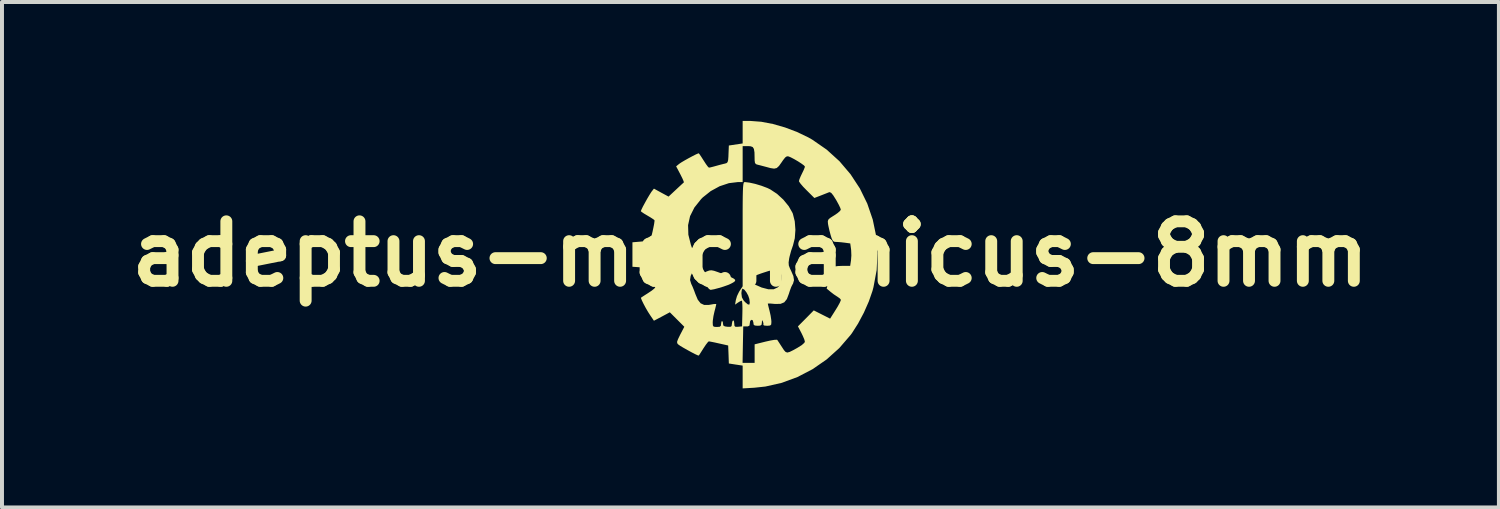
<source format=kicad_pcb>
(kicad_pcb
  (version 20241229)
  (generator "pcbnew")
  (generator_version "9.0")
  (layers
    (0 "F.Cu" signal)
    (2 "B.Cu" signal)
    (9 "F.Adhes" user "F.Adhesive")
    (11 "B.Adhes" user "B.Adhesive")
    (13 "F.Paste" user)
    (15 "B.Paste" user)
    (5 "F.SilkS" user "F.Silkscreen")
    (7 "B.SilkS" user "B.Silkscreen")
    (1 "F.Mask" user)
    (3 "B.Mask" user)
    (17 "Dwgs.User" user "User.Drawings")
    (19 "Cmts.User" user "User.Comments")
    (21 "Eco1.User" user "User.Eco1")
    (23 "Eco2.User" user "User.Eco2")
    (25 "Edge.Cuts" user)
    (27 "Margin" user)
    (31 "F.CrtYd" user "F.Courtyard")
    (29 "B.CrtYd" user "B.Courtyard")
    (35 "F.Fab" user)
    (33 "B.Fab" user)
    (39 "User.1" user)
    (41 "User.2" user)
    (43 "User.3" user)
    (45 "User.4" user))
  (footprint "adeptus-mechanicus-8mm"
    (layer "F.Cu")
    (at 15.871 3.352)
    (property "Reference" "adeptus-mechanicus-8mm" (at 0 0 0) (layer "F.SilkS") (effects (font (size 1.5 1.5) (thickness 0.3))))
    (attr board_only exclude_from_pos_files exclude_from_bom)
    (fp_poly (pts (xy -0.916 0.426) (xy -0.819 0.459) (xy -0.782 0.473) (xy -0.608 0.538) (xy -0.487 0.588) (xy -0.413 0.627) (xy -0.383 0.659) (xy -0.391 0.688) (xy -0.433 0.72) (xy -0.493 0.752) (xy -0.574 0.787) (xy -0.685 0.826) (xy -0.806 0.862) (xy -0.915 0.891) (xy -0.994 0.905) (xy -1.007 0.906) (xy -1.043 0.884) (xy -1.093 0.828) (xy -1.103 0.814) (xy -1.152 0.72) (xy -1.183 0.612) (xy -1.185 0.603) (xy -1.191 0.524) (xy -1.173 0.481) (xy -1.118 0.449) (xy -1.095 0.439) (xy -1.036 0.418) (xy -0.982 0.413)) (stroke (width 0) (type solid)) (fill yes) (layer "F.SilkS"))
    (fp_poly (pts (xy 0.008 -3.352) (xy 0.273 -3.332) (xy 0.568 -3.276) (xy 0.874 -3.188) (xy 1.175 -3.074) (xy 1.457 -2.939) (xy 1.559 -2.881) (xy 1.923 -2.629) (xy 2.245 -2.337) (xy 2.524 -2.009) (xy 2.759 -1.651) (xy 2.946 -1.269) (xy 3.084 -0.866) (xy 3.171 -0.449) (xy 3.204 -0.023) (xy 3.183 0.407) (xy 3.103 0.836) (xy 3.078 0.932) (xy 2.985 1.199) (xy 2.86 1.482) (xy 2.714 1.756) (xy 2.559 1.999) (xy 2.524 2.046) (xy 2.241 2.374) (xy 1.92 2.662) (xy 1.566 2.907) (xy 1.187 3.104) (xy 0.789 3.251) (xy 0.378 3.344) (xy 0.098 3.374) (xy -0.196 3.391) (xy -0.196 3.104) (xy -0.196 2.816) (xy -0.37 2.79) (xy -0.544 2.763) (xy -0.552 2.536) (xy -0.561 2.309) (xy -0.794 2.257) (xy -0.906 2.232) (xy -0.996 2.214) (xy -1.046 2.205) (xy -1.05 2.205) (xy -1.076 2.228) (xy -1.124 2.29) (xy -1.182 2.377) (xy -1.183 2.378) (xy -1.239 2.467) (xy -1.282 2.534) (xy -1.302 2.563) (xy -1.302 2.563) (xy -1.331 2.556) (xy -1.398 2.525) (xy -1.489 2.478) (xy -1.591 2.422) (xy -1.69 2.366) (xy -1.772 2.317) (xy -1.822 2.281) (xy -1.827 2.277) (xy -1.847 2.248) (xy -1.848 2.21) (xy -1.825 2.148) (xy -1.777 2.049) (xy -1.77 2.035) (xy -1.667 1.837) (xy -1.849 1.655) (xy -2.032 1.472) (xy -2.232 1.579) (xy -2.433 1.685) (xy -2.523 1.553) (xy -2.58 1.465) (xy -2.639 1.364) (xy -2.693 1.263) (xy -2.735 1.177) (xy -2.758 1.12) (xy -2.759 1.104) (xy -2.73 1.084) (xy -2.664 1.041) (xy -2.576 0.985) (xy -2.575 0.984) (xy -2.487 0.925) (xy -2.425 0.875) (xy -2.401 0.844) (xy -2.401 0.844) (xy -2.409 0.799) (xy -2.429 0.718) (xy -2.456 0.616) (xy -2.486 0.514) (xy -2.512 0.428) (xy -2.531 0.376) (xy -2.535 0.369) (xy -2.571 0.36) (xy -2.649 0.349) (xy -2.756 0.34) (xy -2.762 0.339) (xy -2.975 0.324) (xy -2.975 0.015) (xy -2.975 -0.293) (xy -2.76 -0.311) (xy -2.652 -0.322) (xy -2.57 -0.334) (xy -2.531 -0.344) (xy -2.53 -0.344) (xy -2.514 -0.382) (xy -2.492 -0.46) (xy -2.468 -0.561) (xy -2.445 -0.669) (xy -2.434 -0.725) (xy -1.572 -0.725) (xy -1.565 -0.484) (xy -1.5 -0.225) (xy -1.482 -0.174) (xy -1.42 0.006) (xy -1.389 0.148) (xy -1.387 0.263) (xy -1.414 0.364) (xy -1.447 0.43) (xy -1.507 0.556) (xy -1.522 0.659) (xy -1.493 0.754) (xy -1.488 0.765) (xy -1.458 0.829) (xy -1.419 0.926) (xy -1.389 1.009) (xy -1.328 1.154) (xy -1.256 1.245) (xy -1.166 1.287) (xy -1.048 1.286) (xy -1.012 1.28) (xy -0.927 1.265) (xy -0.872 1.262) (xy -0.861 1.266) (xy -0.869 1.303) (xy -0.887 1.379) (xy -0.906 1.45) (xy -0.932 1.566) (xy -0.948 1.679) (xy -0.951 1.729) (xy -0.947 1.803) (xy -0.925 1.835) (xy -0.867 1.842) (xy -0.846 1.842) (xy -0.774 1.837) (xy -0.745 1.811) (xy -0.74 1.767) (xy -0.731 1.71) (xy -0.715 1.691) (xy -0.696 1.717) (xy -0.692 1.759) (xy -0.684 1.805) (xy -0.645 1.828) (xy -0.581 1.837) (xy -0.507 1.839) (xy -0.475 1.821) (xy -0.468 1.774) (xy -0.468 1.77) (xy -0.457 1.706) (xy -0.438 1.676) (xy -0.417 1.688) (xy -0.408 1.747) (xy -0.408 1.752) (xy -0.402 1.816) (xy -0.374 1.839) (xy -0.31 1.837) (xy -0.211 1.827) (xy -0.203 1.503) (xy -0.201 1.371) (xy -0.204 1.265) (xy -0.211 1.197) (xy -0.219 1.178) (xy -0.259 1.194) (xy -0.315 1.228) (xy -0.387 1.279) (xy -0.368 1.164) (xy -0.339 1.064) (xy -0.308 0.999) (xy -0.227 0.999) (xy -0.215 1.095) (xy -0.172 1.173) (xy -0.131 1.218) (xy -0.065 1.273) (xy -0.027 1.278) (xy -0.016 1.229) (xy -0.028 1.134) (xy -0.056 1.05) (xy -0.102 0.967) (xy -0.153 0.902) (xy -0.198 0.876) (xy -0.199 0.876) (xy -0.216 0.903) (xy -0.226 0.97) (xy -0.227 0.999) (xy -0.308 0.999) (xy -0.288 0.958) (xy -0.273 0.933) (xy -0.196 0.817) (xy -0.196 0.641) (xy -0.036 0.641) (xy -0.032 0.68) (xy 0.019 0.724) (xy 0.083 0.759) (xy 0.284 0.848) (xy 0.453 0.892) (xy 0.588 0.891) (xy 0.687 0.845) (xy 0.715 0.815) (xy 0.76 0.73) (xy 0.789 0.632) (xy 0.789 0.63) (xy 0.793 0.545) (xy 0.763 0.484) (xy 0.736 0.455) (xy 0.689 0.42) (xy 0.635 0.403) (xy 0.562 0.407) (xy 0.461 0.43) (xy 0.318 0.476) (xy 0.259 0.496) (xy 0.106 0.553) (xy 0.009 0.6) (xy -0.036 0.641) (xy -0.196 0.641) (xy -0.196 -0.498) (xy -0.196 -0.814) (xy -0.196 -1.076) (xy -0.195 -1.287) (xy -0.193 -1.454) (xy -0.19 -1.581) (xy -0.186 -1.674) (xy -0.18 -1.739) (xy -0.173 -1.779) (xy -0.164 -1.801) (xy -0.152 -1.81) (xy -0.143 -1.812) (xy -0.026 -1.798) (xy 0.123 -1.765) (xy 0.282 -1.717) (xy 0.427 -1.662) (xy 0.5 -1.627) (xy 0.671 -1.514) (xy 0.831 -1.367) (xy 0.965 -1.203) (xy 1.059 -1.038) (xy 1.07 -1.012) (xy 1.118 -0.821) (xy 1.134 -0.607) (xy 1.119 -0.396) (xy 1.072 -0.21) (xy 1.07 -0.206) (xy 1.026 -0.078) (xy 0.989 0.06) (xy 0.977 0.115) (xy 0.963 0.216) (xy 0.968 0.291) (xy 0.998 0.371) (xy 1.025 0.425) (xy 1.083 0.559) (xy 1.099 0.663) (xy 1.074 0.75) (xy 1.061 0.771) (xy 1.03 0.832) (xy 0.994 0.928) (xy 0.97 1.004) (xy 0.919 1.139) (xy 0.853 1.221) (xy 0.76 1.259) (xy 0.628 1.262) (xy 0.603 1.26) (xy 0.513 1.252) (xy 0.453 1.251) (xy 0.438 1.254) (xy 0.445 1.287) (xy 0.463 1.361) (xy 0.483 1.439) (xy 0.509 1.554) (xy 0.525 1.661) (xy 0.529 1.713) (xy 0.524 1.779) (xy 0.496 1.806) (xy 0.429 1.812) (xy 0.421 1.812) (xy 0.354 1.807) (xy 0.326 1.793) (xy 0.327 1.789) (xy 0.327 1.746) (xy 0.315 1.706) (xy 0.298 1.671) (xy 0.291 1.689) (xy 0.289 1.729) (xy 0.281 1.785) (xy 0.247 1.808) (xy 0.181 1.812) (xy 0.11 1.806) (xy 0.08 1.781) (xy 0.076 1.737) (xy 0.06 1.676) (xy 0.03 1.661) (xy -0.006 1.688) (xy -0.015 1.745) (xy -0.024 1.807) (xy -0.064 1.827) (xy -0.098 1.828) (xy -0.181 1.827) (xy -0.19 2.288) (xy -0.198 2.748) (xy -0.046 2.748) (xy 0.106 2.748) (xy 0.106 2.514) (xy 0.106 2.28) (xy 0.383 2.211) (xy 0.504 2.184) (xy 0.602 2.167) (xy 0.664 2.164) (xy 0.677 2.168) (xy 0.702 2.206) (xy 0.749 2.278) (xy 0.797 2.352) (xy 0.847 2.428) (xy 0.887 2.472) (xy 0.93 2.487) (xy 0.99 2.471) (xy 1.079 2.427) (xy 1.185 2.368) (xy 1.295 2.299) (xy 1.359 2.242) (xy 1.373 2.211) (xy 1.359 2.158) (xy 1.323 2.072) (xy 1.285 1.993) (xy 1.198 1.827) (xy 1.398 1.626) (xy 1.597 1.424) (xy 1.803 1.528) (xy 2.009 1.632) (xy 2.11 1.473) (xy 2.197 1.333) (xy 2.251 1.235) (xy 2.277 1.175) (xy 2.28 1.156) (xy 2.257 1.125) (xy 2.199 1.083) (xy 2.191 1.078) (xy 2.103 1.02) (xy 2.015 0.952) (xy 2.012 0.949) (xy 1.922 0.874) (xy 1.992 0.621) (xy 2.026 0.503) (xy 2.056 0.406) (xy 2.077 0.345) (xy 2.082 0.335) (xy 2.122 0.318) (xy 2.206 0.306) (xy 2.309 0.302) (xy 2.515 0.302) (xy 2.536 0.163) (xy 2.545 0.04) (xy 2.54 -0.09) (xy 2.537 -0.12) (xy 2.517 -0.264) (xy 2.379 -0.283) (xy 2.274 -0.295) (xy 2.18 -0.302) (xy 2.157 -0.302) (xy 2.109 -0.308) (xy 2.076 -0.333) (xy 2.048 -0.393) (xy 2.022 -0.476) (xy 1.991 -0.592) (xy 1.966 -0.704) (xy 1.956 -0.759) (xy 1.951 -0.819) (xy 1.963 -0.862) (xy 2.003 -0.902) (xy 2.082 -0.953) (xy 2.11 -0.97) (xy 2.197 -1.029) (xy 2.258 -1.082) (xy 2.279 -1.116) (xy 2.265 -1.161) (xy 2.226 -1.242) (xy 2.171 -1.343) (xy 2.157 -1.367) (xy 2.089 -1.475) (xy 2.04 -1.536) (xy 2.002 -1.557) (xy 1.983 -1.555) (xy 1.928 -1.533) (xy 1.839 -1.498) (xy 1.773 -1.472) (xy 1.612 -1.41) (xy 1.418 -1.603) (xy 1.331 -1.692) (xy 1.265 -1.769) (xy 1.228 -1.822) (xy 1.223 -1.835) (xy 1.236 -1.883) (xy 1.269 -1.962) (xy 1.299 -2.024) (xy 1.341 -2.111) (xy 1.368 -2.178) (xy 1.374 -2.202) (xy 1.35 -2.231) (xy 1.287 -2.277) (xy 1.201 -2.333) (xy 1.107 -2.388) (xy 1.019 -2.434) (xy 0.959 -2.459) (xy 0.919 -2.46) (xy 0.876 -2.431) (xy 0.821 -2.361) (xy 0.787 -2.311) (xy 0.72 -2.217) (xy 0.663 -2.165) (xy 0.597 -2.15) (xy 0.505 -2.164) (xy 0.421 -2.187) (xy 0.315 -2.215) (xy 0.22 -2.24) (xy 0.189 -2.247) (xy 0.14 -2.263) (xy 0.115 -2.294) (xy 0.106 -2.356) (xy 0.105 -2.424) (xy 0.102 -2.56) (xy 0.088 -2.646) (xy 0.058 -2.694) (xy 0.005 -2.714) (xy -0.064 -2.718) (xy -0.196 -2.718) (xy -0.196 -2.265) (xy -0.196 -1.812) (xy -0.311 -1.812) (xy -0.542 -1.784) (xy -0.777 -1.706) (xy -1.002 -1.583) (xy -1.203 -1.423) (xy -1.245 -1.38) (xy -1.413 -1.169) (xy -1.522 -0.952) (xy -1.572 -0.725) (xy -2.434 -0.725) (xy -2.427 -0.764) (xy -2.418 -0.831) (xy -2.419 -0.85) (xy -2.451 -0.876) (xy -2.519 -0.92) (xy -2.598 -0.967) (xy -2.684 -1.018) (xy -2.744 -1.059) (xy -2.763 -1.078) (xy -2.749 -1.115) (xy -2.713 -1.19) (xy -2.661 -1.286) (xy -2.604 -1.389) (xy -2.549 -1.482) (xy -2.505 -1.552) (xy -2.492 -1.571) (xy -2.433 -1.646) (xy -2.249 -1.545) (xy -2.064 -1.445) (xy -1.878 -1.619) (xy -1.791 -1.7) (xy -1.723 -1.763) (xy -1.683 -1.799) (xy -1.678 -1.804) (xy -1.685 -1.833) (xy -1.714 -1.901) (xy -1.761 -1.995) (xy -1.769 -2.011) (xy -1.873 -2.208) (xy -1.797 -2.27) (xy -1.746 -2.305) (xy -1.662 -2.355) (xy -1.562 -2.411) (xy -1.461 -2.465) (xy -1.374 -2.509) (xy -1.316 -2.534) (xy -1.304 -2.537) (xy -1.283 -2.513) (xy -1.241 -2.451) (xy -1.185 -2.363) (xy -1.18 -2.356) (xy -1.122 -2.266) (xy -1.074 -2.201) (xy -1.046 -2.175) (xy -1.046 -2.175) (xy -1.006 -2.182) (xy -0.928 -2.202) (xy -0.874 -2.217) (xy -0.769 -2.246) (xy -0.674 -2.27) (xy -0.643 -2.277) (xy -0.601 -2.29) (xy -0.576 -2.315) (xy -0.562 -2.365) (xy -0.555 -2.455) (xy -0.553 -2.515) (xy -0.544 -2.733) (xy -0.37 -2.759) (xy -0.196 -2.785) (xy -0.196 -3.069) (xy -0.196 -3.352)) (stroke (width 0) (type solid)) (fill yes) (layer "F.SilkS")))
  (gr_rect
    (start -3 -3)
    (end 34.743 9.744)
    (stroke (width 0.1) (type default))
    (fill no)
    (layer "Edge.Cuts")))
</source>
